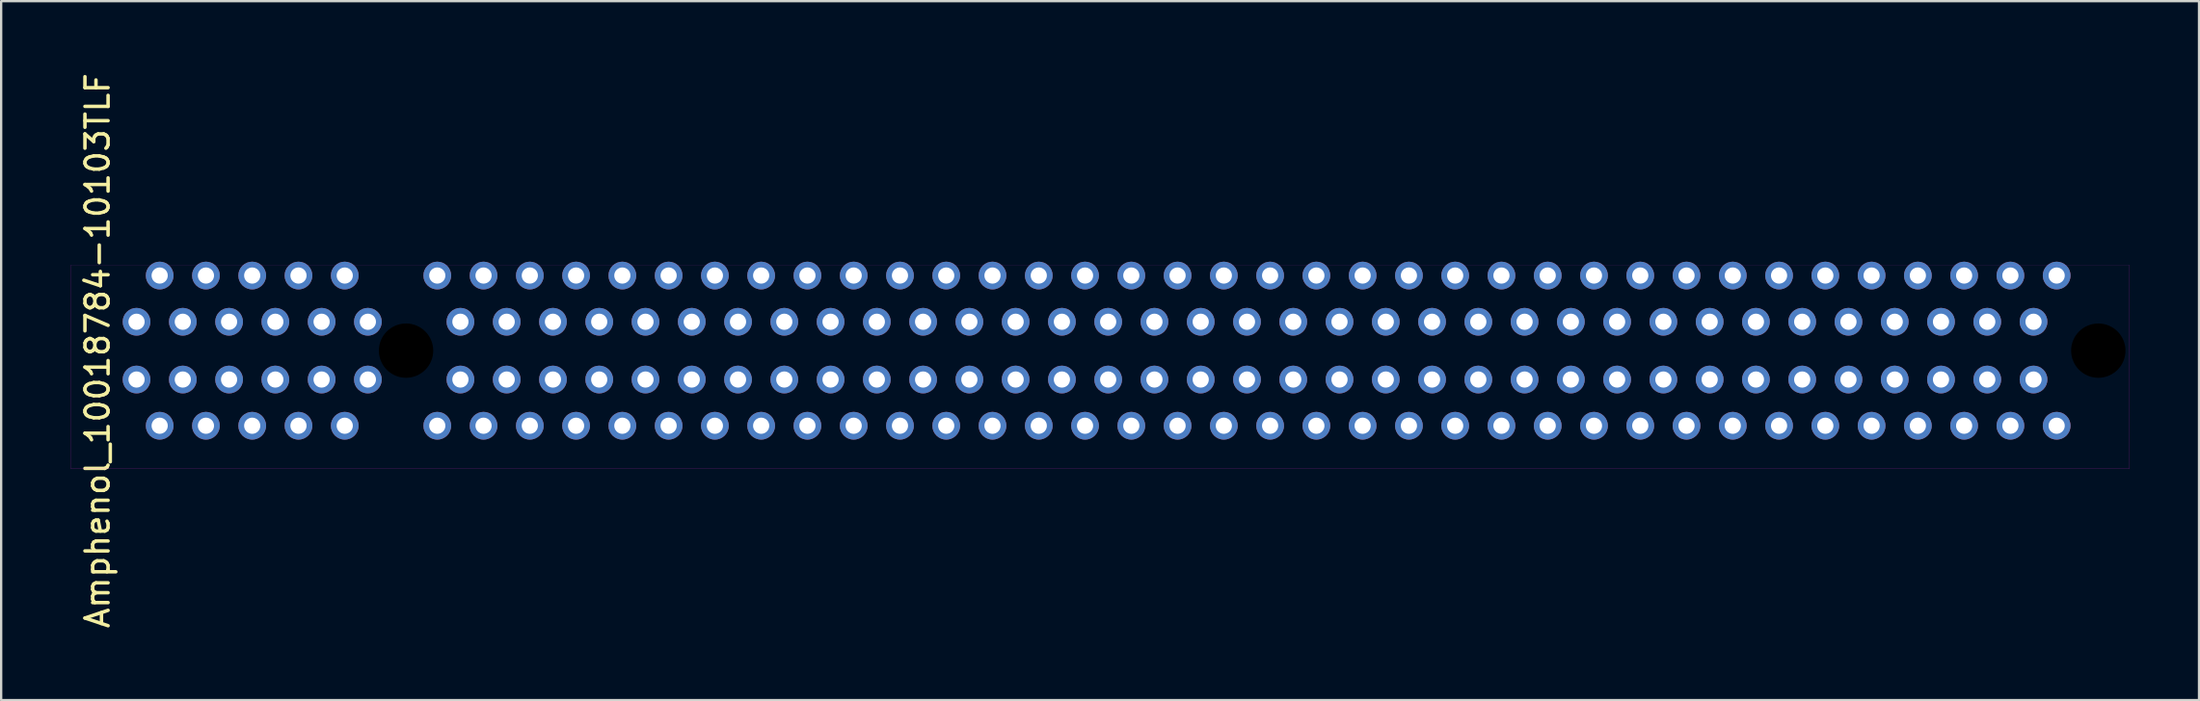
<source format=kicad_pcb>
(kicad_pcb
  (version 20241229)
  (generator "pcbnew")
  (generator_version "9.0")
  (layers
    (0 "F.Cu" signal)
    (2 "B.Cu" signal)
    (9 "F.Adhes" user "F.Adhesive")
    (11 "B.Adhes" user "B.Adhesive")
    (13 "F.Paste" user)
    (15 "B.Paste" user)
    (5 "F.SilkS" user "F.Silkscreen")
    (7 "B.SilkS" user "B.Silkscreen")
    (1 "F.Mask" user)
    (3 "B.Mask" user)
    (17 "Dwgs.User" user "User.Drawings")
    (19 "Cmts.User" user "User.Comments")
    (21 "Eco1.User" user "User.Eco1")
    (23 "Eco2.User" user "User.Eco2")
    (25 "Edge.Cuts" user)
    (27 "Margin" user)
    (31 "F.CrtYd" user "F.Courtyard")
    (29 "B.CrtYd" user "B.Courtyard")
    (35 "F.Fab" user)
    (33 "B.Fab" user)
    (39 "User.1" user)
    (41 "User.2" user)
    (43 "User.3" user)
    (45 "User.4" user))
  (footprint "Amphenol_10018784-10103TLF"
    (layer "F.Cu")
    (at 14.502 12.125)
    (property "Reference" "Amphenol_10018784-10103TLF" (at -13.335 0 90) (layer "F.SilkS") (effects (font (size 1 1) (thickness 0.15))))
    (attr exclude_from_pos_files)
    (fp_line (start -14.5 -3.7) (end 74.5 -3.7) (stroke (width 0.005) (type solid)) (layer "F.CrtYd"))
    (fp_line (start -14.5 5.1) (end -14.5 -3.7) (stroke (width 0.005) (type solid)) (layer "F.CrtYd"))
    (fp_line (start 74.5 -3.7) (end 74.5 5.1) (stroke (width 0.005) (type solid)) (layer "F.CrtYd"))
    (fp_line (start 74.5 5.1) (end -14.5 5.1) (stroke (width 0.005) (type solid)) (layer "F.CrtYd"))
    (pad "" np_thru_hole circle (at 0 0) (size 2.35 2.35) (drill 2.35) (layers "*.Mask"))
    (pad "" np_thru_hole circle (at 73.15 0) (size 2.35 2.35) (drill 2.35) (layers "*.Mask"))
    (pad "A1" thru_hole oval (at -11.65 -1.25) (size 1.2 1.2) (drill 0.7) (layers "*.Cu" "*.Mask"))
    (pad "A2" thru_hole oval (at -10.65 -3.25) (size 1.2 1.2) (drill 0.7) (layers "*.Cu" "*.Mask"))
    (pad "A3" thru_hole oval (at -9.65 -1.25) (size 1.2 1.2) (drill 0.7) (layers "*.Cu" "*.Mask"))
    (pad "A4" thru_hole oval (at -8.65 -3.25) (size 1.2 1.2) (drill 0.7) (layers "*.Cu" "*.Mask"))
    (pad "A5" thru_hole oval (at -7.65 -1.25) (size 1.2 1.2) (drill 0.7) (layers "*.Cu" "*.Mask"))
    (pad "A6" thru_hole oval (at -6.65 -3.25) (size 1.2 1.2) (drill 0.7) (layers "*.Cu" "*.Mask"))
    (pad "A7" thru_hole oval (at -5.65 -1.25) (size 1.2 1.2) (drill 0.7) (layers "*.Cu" "*.Mask"))
    (pad "A8" thru_hole oval (at -4.65 -3.25) (size 1.2 1.2) (drill 0.7) (layers "*.Cu" "*.Mask"))
    (pad "A9" thru_hole oval (at -3.65 -1.25) (size 1.2 1.2) (drill 0.7) (layers "*.Cu" "*.Mask"))
    (pad "A10" thru_hole oval (at -2.65 -3.25) (size 1.2 1.2) (drill 0.7) (layers "*.Cu" "*.Mask"))
    (pad "A11" thru_hole oval (at -1.65 -1.25) (size 1.2 1.2) (drill 0.7) (layers "*.Cu" "*.Mask"))
    (pad "A12" thru_hole oval (at 1.35 -3.25) (size 1.2 1.2) (drill 0.7) (layers "*.Cu" "*.Mask"))
    (pad "A13" thru_hole oval (at 2.35 -1.25) (size 1.2 1.2) (drill 0.7) (layers "*.Cu" "*.Mask"))
    (pad "A14" thru_hole oval (at 3.35 -3.25) (size 1.2 1.2) (drill 0.7) (layers "*.Cu" "*.Mask"))
    (pad "A15" thru_hole oval (at 4.35 -1.25) (size 1.2 1.2) (drill 0.7) (layers "*.Cu" "*.Mask"))
    (pad "A16" thru_hole oval (at 5.35 -3.25) (size 1.2 1.2) (drill 0.7) (layers "*.Cu" "*.Mask"))
    (pad "A17" thru_hole oval (at 6.35 -1.25) (size 1.2 1.2) (drill 0.7) (layers "*.Cu" "*.Mask"))
    (pad "A18" thru_hole oval (at 7.35 -3.25) (size 1.2 1.2) (drill 0.7) (layers "*.Cu" "*.Mask"))
    (pad "A19" thru_hole oval (at 8.35 -1.25) (size 1.2 1.2) (drill 0.7) (layers "*.Cu" "*.Mask"))
    (pad "A20" thru_hole oval (at 9.35 -3.25) (size 1.2 1.2) (drill 0.7) (layers "*.Cu" "*.Mask"))
    (pad "A21" thru_hole oval (at 10.35 -1.25) (size 1.2 1.2) (drill 0.7) (layers "*.Cu" "*.Mask"))
    (pad "A22" thru_hole oval (at 11.35 -3.25) (size 1.2 1.2) (drill 0.7) (layers "*.Cu" "*.Mask"))
    (pad "A23" thru_hole oval (at 12.35 -1.25) (size 1.2 1.2) (drill 0.7) (layers "*.Cu" "*.Mask"))
    (pad "A24" thru_hole oval (at 13.35 -3.25) (size 1.2 1.2) (drill 0.7) (layers "*.Cu" "*.Mask"))
    (pad "A25" thru_hole oval (at 14.35 -1.25) (size 1.2 1.2) (drill 0.7) (layers "*.Cu" "*.Mask"))
    (pad "A26" thru_hole oval (at 15.35 -3.25) (size 1.2 1.2) (drill 0.7) (layers "*.Cu" "*.Mask"))
    (pad "A27" thru_hole oval (at 16.35 -1.25) (size 1.2 1.2) (drill 0.7) (layers "*.Cu" "*.Mask"))
    (pad "A28" thru_hole oval (at 17.35 -3.25) (size 1.2 1.2) (drill 0.7) (layers "*.Cu" "*.Mask"))
    (pad "A29" thru_hole oval (at 18.35 -1.25) (size 1.2 1.2) (drill 0.7) (layers "*.Cu" "*.Mask"))
    (pad "A30" thru_hole oval (at 19.35 -3.25) (size 1.2 1.2) (drill 0.7) (layers "*.Cu" "*.Mask"))
    (pad "A31" thru_hole oval (at 20.35 -1.25) (size 1.2 1.2) (drill 0.7) (layers "*.Cu" "*.Mask"))
    (pad "A32" thru_hole oval (at 21.35 -3.25) (size 1.2 1.2) (drill 0.7) (layers "*.Cu" "*.Mask"))
    (pad "A33" thru_hole oval (at 22.35 -1.25) (size 1.2 1.2) (drill 0.7) (layers "*.Cu" "*.Mask"))
    (pad "A34" thru_hole oval (at 23.35 -3.25) (size 1.2 1.2) (drill 0.7) (layers "*.Cu" "*.Mask"))
    (pad "A35" thru_hole oval (at 24.35 -1.25) (size 1.2 1.2) (drill 0.7) (layers "*.Cu" "*.Mask"))
    (pad "A36" thru_hole oval (at 25.35 -3.25) (size 1.2 1.2) (drill 0.7) (layers "*.Cu" "*.Mask"))
    (pad "A37" thru_hole oval (at 26.35 -1.25) (size 1.2 1.2) (drill 0.7) (layers "*.Cu" "*.Mask"))
    (pad "A38" thru_hole oval (at 27.35 -3.25) (size 1.2 1.2) (drill 0.7) (layers "*.Cu" "*.Mask"))
    (pad "A39" thru_hole oval (at 28.35 -1.25) (size 1.2 1.2) (drill 0.7) (layers "*.Cu" "*.Mask"))
    (pad "A40" thru_hole oval (at 29.35 -3.25) (size 1.2 1.2) (drill 0.7) (layers "*.Cu" "*.Mask"))
    (pad "A41" thru_hole oval (at 30.35 -1.25) (size 1.2 1.2) (drill 0.7) (layers "*.Cu" "*.Mask"))
    (pad "A42" thru_hole oval (at 31.35 -3.25) (size 1.2 1.2) (drill 0.7) (layers "*.Cu" "*.Mask"))
    (pad "A43" thru_hole oval (at 32.35 -1.25) (size 1.2 1.2) (drill 0.7) (layers "*.Cu" "*.Mask"))
    (pad "A44" thru_hole oval (at 33.35 -3.25) (size 1.2 1.2) (drill 0.7) (layers "*.Cu" "*.Mask"))
    (pad "A45" thru_hole oval (at 34.35 -1.25) (size 1.2 1.2) (drill 0.7) (layers "*.Cu" "*.Mask"))
    (pad "A46" thru_hole oval (at 35.35 -3.25) (size 1.2 1.2) (drill 0.7) (layers "*.Cu" "*.Mask"))
    (pad "A47" thru_hole oval (at 36.35 -1.25) (size 1.2 1.2) (drill 0.7) (layers "*.Cu" "*.Mask"))
    (pad "A48" thru_hole oval (at 37.35 -3.25) (size 1.2 1.2) (drill 0.7) (layers "*.Cu" "*.Mask"))
    (pad "A49" thru_hole oval (at 38.35 -1.25) (size 1.2 1.2) (drill 0.7) (layers "*.Cu" "*.Mask"))
    (pad "A50" thru_hole oval (at 39.35 -3.25) (size 1.2 1.2) (drill 0.7) (layers "*.Cu" "*.Mask"))
    (pad "A51" thru_hole oval (at 40.35 -1.25) (size 1.2 1.2) (drill 0.7) (layers "*.Cu" "*.Mask"))
    (pad "A52" thru_hole oval (at 41.35 -3.25) (size 1.2 1.2) (drill 0.7) (layers "*.Cu" "*.Mask"))
    (pad "A53" thru_hole oval (at 42.35 -1.25) (size 1.2 1.2) (drill 0.7) (layers "*.Cu" "*.Mask"))
    (pad "A54" thru_hole oval (at 43.35 -3.25) (size 1.2 1.2) (drill 0.7) (layers "*.Cu" "*.Mask"))
    (pad "A55" thru_hole oval (at 44.35 -1.25) (size 1.2 1.2) (drill 0.7) (layers "*.Cu" "*.Mask"))
    (pad "A56" thru_hole oval (at 45.35 -3.25) (size 1.2 1.2) (drill 0.7) (layers "*.Cu" "*.Mask"))
    (pad "A57" thru_hole oval (at 46.35 -1.25) (size 1.2 1.2) (drill 0.7) (layers "*.Cu" "*.Mask"))
    (pad "A58" thru_hole oval (at 47.35 -3.25) (size 1.2 1.2) (drill 0.7) (layers "*.Cu" "*.Mask"))
    (pad "A59" thru_hole oval (at 48.35 -1.25) (size 1.2 1.2) (drill 0.7) (layers "*.Cu" "*.Mask"))
    (pad "A60" thru_hole oval (at 49.35 -3.25) (size 1.2 1.2) (drill 0.7) (layers "*.Cu" "*.Mask"))
    (pad "A61" thru_hole oval (at 50.35 -1.25) (size 1.2 1.2) (drill 0.7) (layers "*.Cu" "*.Mask"))
    (pad "A62" thru_hole oval (at 51.35 -3.25) (size 1.2 1.2) (drill 0.7) (layers "*.Cu" "*.Mask"))
    (pad "A63" thru_hole oval (at 52.35 -1.25) (size 1.2 1.2) (drill 0.7) (layers "*.Cu" "*.Mask"))
    (pad "A64" thru_hole oval (at 53.35 -3.25) (size 1.2 1.2) (drill 0.7) (layers "*.Cu" "*.Mask"))
    (pad "A65" thru_hole oval (at 54.35 -1.25) (size 1.2 1.2) (drill 0.7) (layers "*.Cu" "*.Mask"))
    (pad "A66" thru_hole oval (at 55.35 -3.25) (size 1.2 1.2) (drill 0.7) (layers "*.Cu" "*.Mask"))
    (pad "A67" thru_hole oval (at 56.35 -1.25) (size 1.2 1.2) (drill 0.7) (layers "*.Cu" "*.Mask"))
    (pad "A68" thru_hole oval (at 57.35 -3.25) (size 1.2 1.2) (drill 0.7) (layers "*.Cu" "*.Mask"))
    (pad "A69" thru_hole oval (at 58.35 -1.25) (size 1.2 1.2) (drill 0.7) (layers "*.Cu" "*.Mask"))
    (pad "A70" thru_hole oval (at 59.35 -3.25) (size 1.2 1.2) (drill 0.7) (layers "*.Cu" "*.Mask"))
    (pad "A71" thru_hole oval (at 60.35 -1.25) (size 1.2 1.2) (drill 0.7) (layers "*.Cu" "*.Mask"))
    (pad "A72" thru_hole oval (at 61.35 -3.25) (size 1.2 1.2) (drill 0.7) (layers "*.Cu" "*.Mask"))
    (pad "A73" thru_hole oval (at 62.35 -1.25) (size 1.2 1.2) (drill 0.7) (layers "*.Cu" "*.Mask"))
    (pad "A74" thru_hole oval (at 63.35 -3.25) (size 1.2 1.2) (drill 0.7) (layers "*.Cu" "*.Mask"))
    (pad "A75" thru_hole oval (at 64.35 -1.25) (size 1.2 1.2) (drill 0.7) (layers "*.Cu" "*.Mask"))
    (pad "A76" thru_hole oval (at 65.35 -3.25) (size 1.2 1.2) (drill 0.7) (layers "*.Cu" "*.Mask"))
    (pad "A77" thru_hole oval (at 66.35 -1.25) (size 1.2 1.2) (drill 0.7) (layers "*.Cu" "*.Mask"))
    (pad "A78" thru_hole oval (at 67.35 -3.25) (size 1.2 1.2) (drill 0.7) (layers "*.Cu" "*.Mask"))
    (pad "A79" thru_hole oval (at 68.35 -1.25) (size 1.2 1.2) (drill 0.7) (layers "*.Cu" "*.Mask"))
    (pad "A80" thru_hole oval (at 69.35 -3.25) (size 1.2 1.2) (drill 0.7) (layers "*.Cu" "*.Mask"))
    (pad "A81" thru_hole oval (at 70.35 -1.25) (size 1.2 1.2) (drill 0.7) (layers "*.Cu" "*.Mask"))
    (pad "A82" thru_hole oval (at 71.35 -3.25) (size 1.2 1.2) (drill 0.7) (layers "*.Cu" "*.Mask"))
    (pad "B1" thru_hole circle (at -11.65 1.25 180) (size 1.2 1.2) (drill 0.7) (layers "*.Cu" "*.Mask"))
    (pad "B2" thru_hole circle (at -10.65 3.25 180) (size 1.2 1.2) (drill 0.7) (layers "*.Cu" "*.Mask"))
    (pad "B3" thru_hole circle (at -9.65 1.25 180) (size 1.2 1.2) (drill 0.7) (layers "*.Cu" "*.Mask"))
    (pad "B4" thru_hole circle (at -8.65 3.25 180) (size 1.2 1.2) (drill 0.7) (layers "*.Cu" "*.Mask"))
    (pad "B5" thru_hole circle (at -7.65 1.25 180) (size 1.2 1.2) (drill 0.7) (layers "*.Cu" "*.Mask"))
    (pad "B6" thru_hole circle (at -6.65 3.25 180) (size 1.2 1.2) (drill 0.7) (layers "*.Cu" "*.Mask"))
    (pad "B7" thru_hole circle (at -5.65 1.25 180) (size 1.2 1.2) (drill 0.7) (layers "*.Cu" "*.Mask"))
    (pad "B8" thru_hole circle (at -4.65 3.25 180) (size 1.2 1.2) (drill 0.7) (layers "*.Cu" "*.Mask"))
    (pad "B9" thru_hole circle (at -3.65 1.25 180) (size 1.2 1.2) (drill 0.7) (layers "*.Cu" "*.Mask"))
    (pad "B10" thru_hole circle (at -2.65 3.25 180) (size 1.2 1.2) (drill 0.7) (layers "*.Cu" "*.Mask"))
    (pad "B11" thru_hole circle (at -1.65 1.25 180) (size 1.2 1.2) (drill 0.7) (layers "*.Cu" "*.Mask"))
    (pad "B12" thru_hole circle (at 1.35 3.25 180) (size 1.2 1.2) (drill 0.7) (layers "*.Cu" "*.Mask"))
    (pad "B13" thru_hole circle (at 2.35 1.25 180) (size 1.2 1.2) (drill 0.7) (layers "*.Cu" "*.Mask"))
    (pad "B14" thru_hole circle (at 3.35 3.25 180) (size 1.2 1.2) (drill 0.7) (layers "*.Cu" "*.Mask"))
    (pad "B15" thru_hole circle (at 4.35 1.25 180) (size 1.2 1.2) (drill 0.7) (layers "*.Cu" "*.Mask"))
    (pad "B16" thru_hole circle (at 5.35 3.25 180) (size 1.2 1.2) (drill 0.7) (layers "*.Cu" "*.Mask"))
    (pad "B17" thru_hole circle (at 6.35 1.25 180) (size 1.2 1.2) (drill 0.7) (layers "*.Cu" "*.Mask"))
    (pad "B18" thru_hole circle (at 7.35 3.25 180) (size 1.2 1.2) (drill 0.7) (layers "*.Cu" "*.Mask"))
    (pad "B19" thru_hole circle (at 8.35 1.25 180) (size 1.2 1.2) (drill 0.7) (layers "*.Cu" "*.Mask"))
    (pad "B20" thru_hole circle (at 9.35 3.25 180) (size 1.2 1.2) (drill 0.7) (layers "*.Cu" "*.Mask"))
    (pad "B21" thru_hole circle (at 10.35 1.25 180) (size 1.2 1.2) (drill 0.7) (layers "*.Cu" "*.Mask"))
    (pad "B22" thru_hole circle (at 11.35 3.25 180) (size 1.2 1.2) (drill 0.7) (layers "*.Cu" "*.Mask"))
    (pad "B23" thru_hole circle (at 12.35 1.25 180) (size 1.2 1.2) (drill 0.7) (layers "*.Cu" "*.Mask"))
    (pad "B24" thru_hole circle (at 13.35 3.25 180) (size 1.2 1.2) (drill 0.7) (layers "*.Cu" "*.Mask"))
    (pad "B25" thru_hole circle (at 14.35 1.25 180) (size 1.2 1.2) (drill 0.7) (layers "*.Cu" "*.Mask"))
    (pad "B26" thru_hole circle (at 15.35 3.25 180) (size 1.2 1.2) (drill 0.7) (layers "*.Cu" "*.Mask"))
    (pad "B27" thru_hole circle (at 16.35 1.25 180) (size 1.2 1.2) (drill 0.7) (layers "*.Cu" "*.Mask"))
    (pad "B28" thru_hole circle (at 17.35 3.25 180) (size 1.2 1.2) (drill 0.7) (layers "*.Cu" "*.Mask"))
    (pad "B29" thru_hole circle (at 18.35 1.25 180) (size 1.2 1.2) (drill 0.7) (layers "*.Cu" "*.Mask"))
    (pad "B30" thru_hole circle (at 19.35 3.25 180) (size 1.2 1.2) (drill 0.7) (layers "*.Cu" "*.Mask"))
    (pad "B31" thru_hole circle (at 20.35 1.25 180) (size 1.2 1.2) (drill 0.7) (layers "*.Cu" "*.Mask"))
    (pad "B32" thru_hole circle (at 21.35 3.25 180) (size 1.2 1.2) (drill 0.7) (layers "*.Cu" "*.Mask"))
    (pad "B33" thru_hole circle (at 22.35 1.25 180) (size 1.2 1.2) (drill 0.7) (layers "*.Cu" "*.Mask"))
    (pad "B34" thru_hole circle (at 23.35 3.25 180) (size 1.2 1.2) (drill 0.7) (layers "*.Cu" "*.Mask"))
    (pad "B35" thru_hole circle (at 24.35 1.25 180) (size 1.2 1.2) (drill 0.7) (layers "*.Cu" "*.Mask"))
    (pad "B36" thru_hole circle (at 25.35 3.25 180) (size 1.2 1.2) (drill 0.7) (layers "*.Cu" "*.Mask"))
    (pad "B37" thru_hole circle (at 26.35 1.25 180) (size 1.2 1.2) (drill 0.7) (layers "*.Cu" "*.Mask"))
    (pad "B38" thru_hole circle (at 27.35 3.25 180) (size 1.2 1.2) (drill 0.7) (layers "*.Cu" "*.Mask"))
    (pad "B39" thru_hole circle (at 28.35 1.25 180) (size 1.2 1.2) (drill 0.7) (layers "*.Cu" "*.Mask"))
    (pad "B40" thru_hole circle (at 29.35 3.25 180) (size 1.2 1.2) (drill 0.7) (layers "*.Cu" "*.Mask"))
    (pad "B41" thru_hole circle (at 30.35 1.25 180) (size 1.2 1.2) (drill 0.7) (layers "*.Cu" "*.Mask"))
    (pad "B42" thru_hole circle (at 31.35 3.25 180) (size 1.2 1.2) (drill 0.7) (layers "*.Cu" "*.Mask"))
    (pad "B43" thru_hole circle (at 32.35 1.25 180) (size 1.2 1.2) (drill 0.7) (layers "*.Cu" "*.Mask"))
    (pad "B44" thru_hole circle (at 33.35 3.25 180) (size 1.2 1.2) (drill 0.7) (layers "*.Cu" "*.Mask"))
    (pad "B45" thru_hole circle (at 34.35 1.25 180) (size 1.2 1.2) (drill 0.7) (layers "*.Cu" "*.Mask"))
    (pad "B46" thru_hole circle (at 35.35 3.25 180) (size 1.2 1.2) (drill 0.7) (layers "*.Cu" "*.Mask"))
    (pad "B47" thru_hole circle (at 36.35 1.25 180) (size 1.2 1.2) (drill 0.7) (layers "*.Cu" "*.Mask"))
    (pad "B48" thru_hole circle (at 37.35 3.25 180) (size 1.2 1.2) (drill 0.7) (layers "*.Cu" "*.Mask"))
    (pad "B49" thru_hole circle (at 38.35 1.25 180) (size 1.2 1.2) (drill 0.7) (layers "*.Cu" "*.Mask"))
    (pad "B50" thru_hole circle (at 39.35 3.25 180) (size 1.2 1.2) (drill 0.7) (layers "*.Cu" "*.Mask"))
    (pad "B51" thru_hole circle (at 40.35 1.25 180) (size 1.2 1.2) (drill 0.7) (layers "*.Cu" "*.Mask"))
    (pad "B52" thru_hole circle (at 41.35 3.25 180) (size 1.2 1.2) (drill 0.7) (layers "*.Cu" "*.Mask"))
    (pad "B53" thru_hole circle (at 42.35 1.25 180) (size 1.2 1.2) (drill 0.7) (layers "*.Cu" "*.Mask"))
    (pad "B54" thru_hole circle (at 43.35 3.25 180) (size 1.2 1.2) (drill 0.7) (layers "*.Cu" "*.Mask"))
    (pad "B55" thru_hole circle (at 44.35 1.25 180) (size 1.2 1.2) (drill 0.7) (layers "*.Cu" "*.Mask"))
    (pad "B56" thru_hole circle (at 45.35 3.25 180) (size 1.2 1.2) (drill 0.7) (layers "*.Cu" "*.Mask"))
    (pad "B57" thru_hole circle (at 46.35 1.25 180) (size 1.2 1.2) (drill 0.7) (layers "*.Cu" "*.Mask"))
    (pad "B58" thru_hole circle (at 47.35 3.25 180) (size 1.2 1.2) (drill 0.7) (layers "*.Cu" "*.Mask"))
    (pad "B59" thru_hole circle (at 48.35 1.25 180) (size 1.2 1.2) (drill 0.7) (layers "*.Cu" "*.Mask"))
    (pad "B60" thru_hole circle (at 49.35 3.25 180) (size 1.2 1.2) (drill 0.7) (layers "*.Cu" "*.Mask"))
    (pad "B61" thru_hole circle (at 50.35 1.25 180) (size 1.2 1.2) (drill 0.7) (layers "*.Cu" "*.Mask"))
    (pad "B62" thru_hole circle (at 51.35 3.25 180) (size 1.2 1.2) (drill 0.7) (layers "*.Cu" "*.Mask"))
    (pad "B63" thru_hole circle (at 52.35 1.25 180) (size 1.2 1.2) (drill 0.7) (layers "*.Cu" "*.Mask"))
    (pad "B64" thru_hole circle (at 53.35 3.25 180) (size 1.2 1.2) (drill 0.7) (layers "*.Cu" "*.Mask"))
    (pad "B65" thru_hole circle (at 54.35 1.25 180) (size 1.2 1.2) (drill 0.7) (layers "*.Cu" "*.Mask"))
    (pad "B66" thru_hole circle (at 55.35 3.25 180) (size 1.2 1.2) (drill 0.7) (layers "*.Cu" "*.Mask"))
    (pad "B67" thru_hole circle (at 56.35 1.25 180) (size 1.2 1.2) (drill 0.7) (layers "*.Cu" "*.Mask"))
    (pad "B68" thru_hole circle (at 57.35 3.25 180) (size 1.2 1.2) (drill 0.7) (layers "*.Cu" "*.Mask"))
    (pad "B69" thru_hole circle (at 58.35 1.25 180) (size 1.2 1.2) (drill 0.7) (layers "*.Cu" "*.Mask"))
    (pad "B70" thru_hole circle (at 59.35 3.25 180) (size 1.2 1.2) (drill 0.7) (layers "*.Cu" "*.Mask"))
    (pad "B71" thru_hole circle (at 60.35 1.25 180) (size 1.2 1.2) (drill 0.7) (layers "*.Cu" "*.Mask"))
    (pad "B72" thru_hole circle (at 61.35 3.25 180) (size 1.2 1.2) (drill 0.7) (layers "*.Cu" "*.Mask"))
    (pad "B73" thru_hole circle (at 62.35 1.25 180) (size 1.2 1.2) (drill 0.7) (layers "*.Cu" "*.Mask"))
    (pad "B74" thru_hole circle (at 63.35 3.25 180) (size 1.2 1.2) (drill 0.7) (layers "*.Cu" "*.Mask"))
    (pad "B75" thru_hole circle (at 64.35 1.25 180) (size 1.2 1.2) (drill 0.7) (layers "*.Cu" "*.Mask"))
    (pad "B76" thru_hole circle (at 65.35 3.25 180) (size 1.2 1.2) (drill 0.7) (layers "*.Cu" "*.Mask"))
    (pad "B77" thru_hole circle (at 66.35 1.25 180) (size 1.2 1.2) (drill 0.7) (layers "*.Cu" "*.Mask"))
    (pad "B78" thru_hole circle (at 67.35 3.25 180) (size 1.2 1.2) (drill 0.7) (layers "*.Cu" "*.Mask"))
    (pad "B79" thru_hole circle (at 68.35 1.25 180) (size 1.2 1.2) (drill 0.7) (layers "*.Cu" "*.Mask"))
    (pad "B80" thru_hole circle (at 69.35 3.25 180) (size 1.2 1.2) (drill 0.7) (layers "*.Cu" "*.Mask"))
    (pad "B81" thru_hole circle (at 70.35 1.25 180) (size 1.2 1.2) (drill 0.7) (layers "*.Cu" "*.Mask"))
    (pad "B82" thru_hole circle (at 71.35 3.25 180) (size 1.2 1.2) (drill 0.7) (layers "*.Cu" "*.Mask")))
  (gr_rect
    (start -3 -3)
    (end 92.005 27.25)
    (stroke (width 0.1) (type default))
    (fill no)
    (layer "Edge.Cuts")))
</source>
